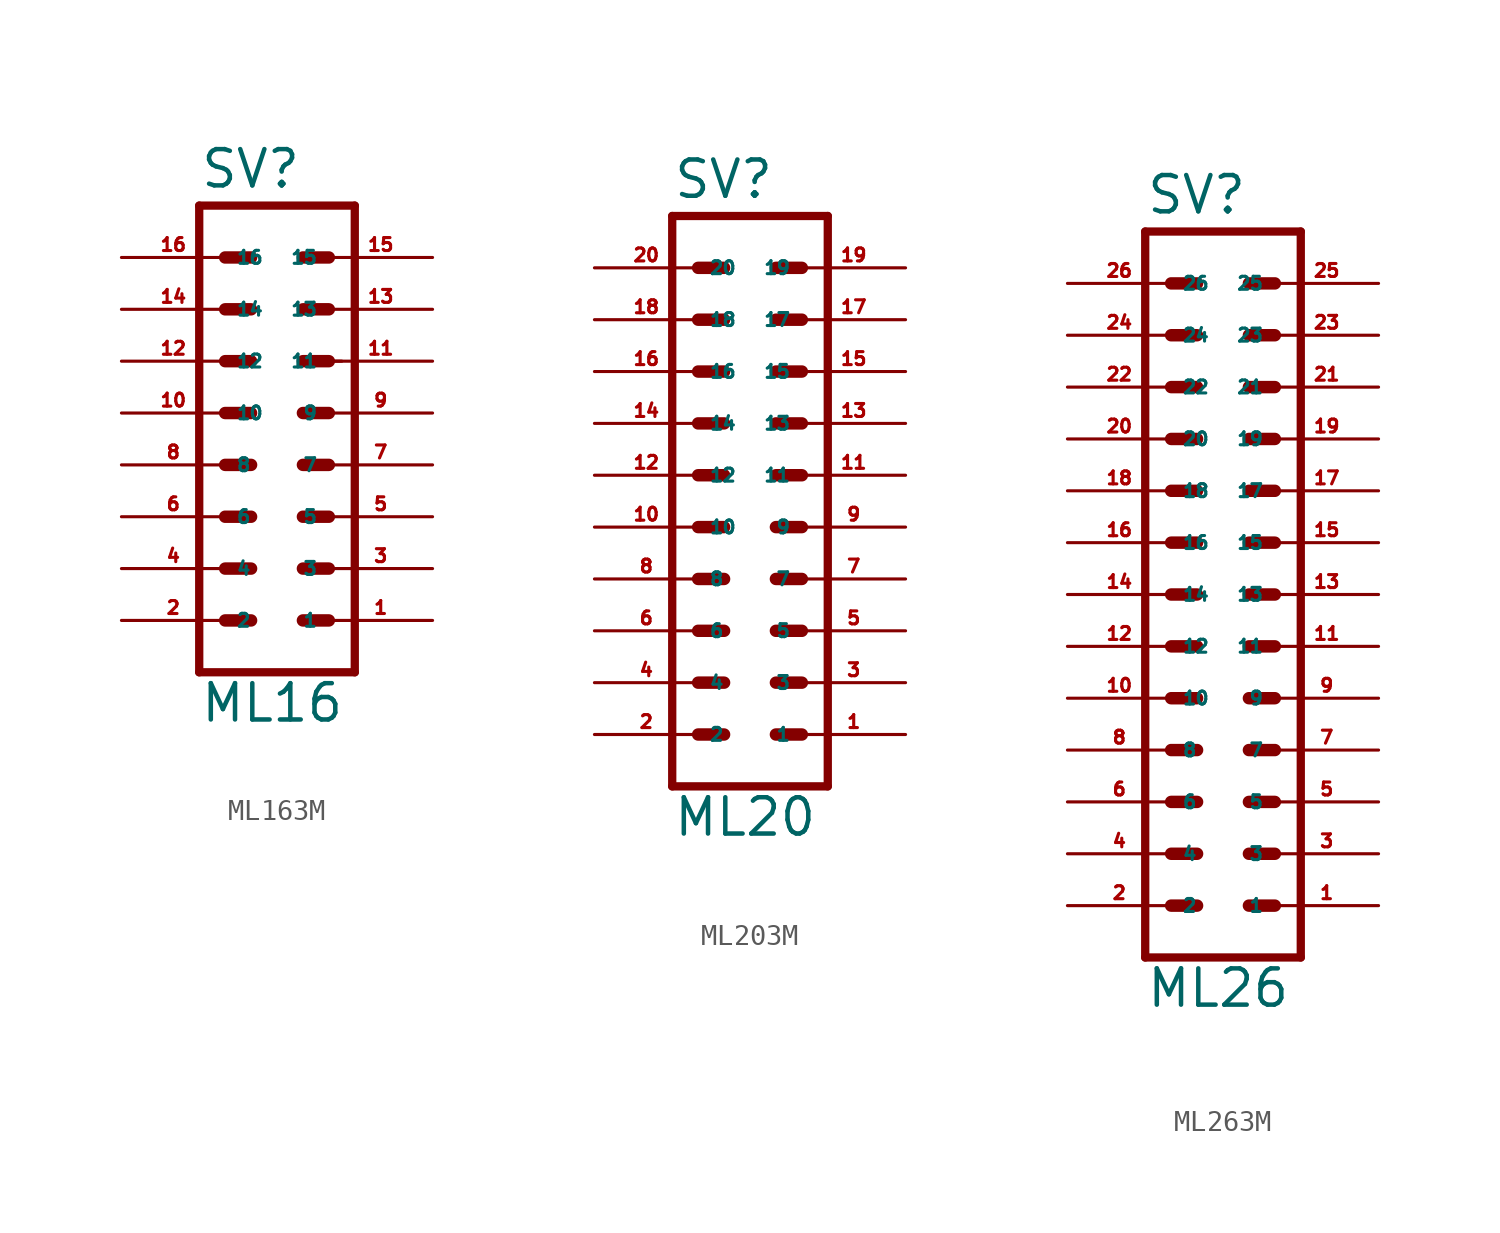
<source format=kicad_sym>
(kicad_symbol_lib
  (version 20220914)
  (generator Eagle2Kicad)
  (symbol "ML163M"
    (property "Reference" "SV"
      (at -3.81 10.922 0)
      (effects (font (size 1.778 1.778) (thickness 0.22)) (justify left bottom)))
    (property "Value" "ML16"
      (at -3.81 -15.24 0)
      (effects (font (size 1.778 1.778) (thickness 0.22)) (justify left bottom)))
    (polyline
      (pts (xy 3.81 -12.7) (xy -3.81 -12.7))
      (stroke (width 0.406) (type default))
      (fill (type none)))
    (polyline
      (pts (xy -3.81 10.16) (xy -3.81 -12.7))
      (stroke (width 0.406) (type default))
      (fill (type none)))
    (polyline
      (pts (xy -3.81 10.16) (xy 3.81 10.16))
      (stroke (width 0.406) (type default))
      (fill (type none)))
    (polyline
      (pts (xy 3.81 -12.7) (xy 3.81 10.16))
      (stroke (width 0.406) (type default))
      (fill (type none)))
    (polyline
      (pts (xy 2.54 2.54) (xy 3.175 2.54))
      (stroke (width 0.152) (type default))
      (fill (type none)))
    (polyline
      (pts (xy 1.27 0) (xy 2.54 0))
      (stroke (width 0.61) (type default))
      (fill (type none)))
    (polyline
      (pts (xy 1.27 -2.54) (xy 2.54 -2.54))
      (stroke (width 0.61) (type default))
      (fill (type none)))
    (polyline
      (pts (xy 1.27 -5.08) (xy 2.54 -5.08))
      (stroke (width 0.61) (type default))
      (fill (type none)))
    (polyline
      (pts (xy 1.27 -7.62) (xy 2.54 -7.62))
      (stroke (width 0.61) (type default))
      (fill (type none)))
    (polyline
      (pts (xy 1.27 -10.16) (xy 2.54 -10.16))
      (stroke (width 0.61) (type default))
      (fill (type none)))
    (polyline
      (pts (xy -2.54 0) (xy -1.27 0))
      (stroke (width 0.61) (type default))
      (fill (type none)))
    (polyline
      (pts (xy -2.54 -2.54) (xy -1.27 -2.54))
      (stroke (width 0.61) (type default))
      (fill (type none)))
    (polyline
      (pts (xy -2.54 -5.08) (xy -1.27 -5.08))
      (stroke (width 0.61) (type default))
      (fill (type none)))
    (polyline
      (pts (xy -2.54 -7.62) (xy -1.27 -7.62))
      (stroke (width 0.61) (type default))
      (fill (type none)))
    (polyline
      (pts (xy -2.54 -10.16) (xy -1.27 -10.16))
      (stroke (width 0.61) (type default))
      (fill (type none)))
    (polyline
      (pts (xy 1.27 2.54) (xy 2.54 2.54))
      (stroke (width 0.61) (type default))
      (fill (type none)))
    (polyline
      (pts (xy 1.27 5.08) (xy 2.54 5.08))
      (stroke (width 0.61) (type default))
      (fill (type none)))
    (polyline
      (pts (xy 1.27 7.62) (xy 2.54 7.62))
      (stroke (width 0.61) (type default))
      (fill (type none)))
    (polyline
      (pts (xy -2.54 2.54) (xy -1.27 2.54))
      (stroke (width 0.61) (type default))
      (fill (type none)))
    (polyline
      (pts (xy -2.54 5.08) (xy -1.27 5.08))
      (stroke (width 0.61) (type default))
      (fill (type none)))
    (polyline
      (pts (xy -2.54 7.62) (xy -1.27 7.62))
      (stroke (width 0.61) (type default))
      (fill (type none)))
    (pin passive line
      (at 7.62 -10.16 180)
      (length 5.08)
      (name "1" (effects (font (size 0.635 0.635) (thickness 0.08)) (justify left bottom)))
      (number "1" (effects (font (size 0.635 0.635) (thickness 0.08)) (justify left bottom))))
    (pin passive line
      (at 7.62 -7.62 180)
      (length 5.08)
      (name "3" (effects (font (size 0.635 0.635) (thickness 0.08)) (justify left bottom)))
      (number "3" (effects (font (size 0.635 0.635) (thickness 0.08)) (justify left bottom))))
    (pin passive line
      (at 7.62 -5.08 180)
      (length 5.08)
      (name "5" (effects (font (size 0.635 0.635) (thickness 0.08)) (justify left bottom)))
      (number "5" (effects (font (size 0.635 0.635) (thickness 0.08)) (justify left bottom))))
    (pin passive line
      (at 7.62 -2.54 180)
      (length 5.08)
      (name "7" (effects (font (size 0.635 0.635) (thickness 0.08)) (justify left bottom)))
      (number "7" (effects (font (size 0.635 0.635) (thickness 0.08)) (justify left bottom))))
    (pin passive line
      (at 7.62 0 180)
      (length 5.08)
      (name "9" (effects (font (size 0.635 0.635) (thickness 0.08)) (justify left bottom)))
      (number "9" (effects (font (size 0.635 0.635) (thickness 0.08)) (justify left bottom))))
    (pin passive line
      (at 7.62 2.54 180)
      (length 5.08)
      (name "11" (effects (font (size 0.635 0.635) (thickness 0.08)) (justify left bottom)))
      (number "11" (effects (font (size 0.635 0.635) (thickness 0.08)) (justify left bottom))))
    (pin passive line
      (at 7.62 5.08 180)
      (length 5.08)
      (name "13" (effects (font (size 0.635 0.635) (thickness 0.08)) (justify left bottom)))
      (number "13" (effects (font (size 0.635 0.635) (thickness 0.08)) (justify left bottom))))
    (pin passive line
      (at 7.62 7.62 180)
      (length 5.08)
      (name "15" (effects (font (size 0.635 0.635) (thickness 0.08)) (justify left bottom)))
      (number "15" (effects (font (size 0.635 0.635) (thickness 0.08)) (justify left bottom))))
    (pin passive line
      (at -7.62 -10.16 0)
      (length 5.08)
      (name "2" (effects (font (size 0.635 0.635) (thickness 0.08)) (justify left bottom)))
      (number "2" (effects (font (size 0.635 0.635) (thickness 0.08)) (justify left bottom))))
    (pin passive line
      (at -7.62 -7.62 0)
      (length 5.08)
      (name "4" (effects (font (size 0.635 0.635) (thickness 0.08)) (justify left bottom)))
      (number "4" (effects (font (size 0.635 0.635) (thickness 0.08)) (justify left bottom))))
    (pin passive line
      (at -7.62 -5.08 0)
      (length 5.08)
      (name "6" (effects (font (size 0.635 0.635) (thickness 0.08)) (justify left bottom)))
      (number "6" (effects (font (size 0.635 0.635) (thickness 0.08)) (justify left bottom))))
    (pin passive line
      (at -7.62 -2.54 0)
      (length 5.08)
      (name "8" (effects (font (size 0.635 0.635) (thickness 0.08)) (justify left bottom)))
      (number "8" (effects (font (size 0.635 0.635) (thickness 0.08)) (justify left bottom))))
    (pin passive line
      (at -7.62 0 0)
      (length 5.08)
      (name "10" (effects (font (size 0.635 0.635) (thickness 0.08)) (justify left bottom)))
      (number "10" (effects (font (size 0.635 0.635) (thickness 0.08)) (justify left bottom))))
    (pin passive line
      (at -7.62 2.54 0)
      (length 5.08)
      (name "12" (effects (font (size 0.635 0.635) (thickness 0.08)) (justify left bottom)))
      (number "12" (effects (font (size 0.635 0.635) (thickness 0.08)) (justify left bottom))))
    (pin passive line
      (at -7.62 5.08 0)
      (length 5.08)
      (name "14" (effects (font (size 0.635 0.635) (thickness 0.08)) (justify left bottom)))
      (number "14" (effects (font (size 0.635 0.635) (thickness 0.08)) (justify left bottom))))
    (pin passive line
      (at -7.62 7.62 0)
      (length 5.08)
      (name "16" (effects (font (size 0.635 0.635) (thickness 0.08)) (justify left bottom)))
      (number "16" (effects (font (size 0.635 0.635) (thickness 0.08)) (justify left bottom)))))
  (symbol "ML203M"
    (property "Reference" "SV"
      (at -3.81 13.462 0)
      (effects (font (size 1.778 1.778) (thickness 0.22)) (justify left bottom)))
    (property "Value" "ML20"
      (at -3.81 -17.78 0)
      (effects (font (size 1.778 1.778) (thickness 0.22)) (justify left bottom)))
    (polyline
      (pts (xy 3.81 -15.24) (xy -3.81 -15.24))
      (stroke (width 0.406) (type default))
      (fill (type none)))
    (polyline
      (pts (xy -3.81 12.7) (xy -3.81 -15.24))
      (stroke (width 0.406) (type default))
      (fill (type none)))
    (polyline
      (pts (xy -3.81 12.7) (xy 3.81 12.7))
      (stroke (width 0.406) (type default))
      (fill (type none)))
    (polyline
      (pts (xy 3.81 -15.24) (xy 3.81 12.7))
      (stroke (width 0.406) (type default))
      (fill (type none)))
    (polyline
      (pts (xy 1.27 -2.54) (xy 2.54 -2.54))
      (stroke (width 0.61) (type default))
      (fill (type none)))
    (polyline
      (pts (xy 1.27 -5.08) (xy 2.54 -5.08))
      (stroke (width 0.61) (type default))
      (fill (type none)))
    (polyline
      (pts (xy 1.27 -7.62) (xy 2.54 -7.62))
      (stroke (width 0.61) (type default))
      (fill (type none)))
    (polyline
      (pts (xy 1.27 -10.16) (xy 2.54 -10.16))
      (stroke (width 0.61) (type default))
      (fill (type none)))
    (polyline
      (pts (xy 1.27 -12.7) (xy 2.54 -12.7))
      (stroke (width 0.61) (type default))
      (fill (type none)))
    (polyline
      (pts (xy -2.54 -2.54) (xy -1.27 -2.54))
      (stroke (width 0.61) (type default))
      (fill (type none)))
    (polyline
      (pts (xy -2.54 -5.08) (xy -1.27 -5.08))
      (stroke (width 0.61) (type default))
      (fill (type none)))
    (polyline
      (pts (xy -2.54 -7.62) (xy -1.27 -7.62))
      (stroke (width 0.61) (type default))
      (fill (type none)))
    (polyline
      (pts (xy -2.54 -10.16) (xy -1.27 -10.16))
      (stroke (width 0.61) (type default))
      (fill (type none)))
    (polyline
      (pts (xy -2.54 -12.7) (xy -1.27 -12.7))
      (stroke (width 0.61) (type default))
      (fill (type none)))
    (polyline
      (pts (xy 1.27 0) (xy 2.54 0))
      (stroke (width 0.61) (type default))
      (fill (type none)))
    (polyline
      (pts (xy 1.27 2.54) (xy 2.54 2.54))
      (stroke (width 0.61) (type default))
      (fill (type none)))
    (polyline
      (pts (xy 1.27 5.08) (xy 2.54 5.08))
      (stroke (width 0.61) (type default))
      (fill (type none)))
    (polyline
      (pts (xy 1.27 7.62) (xy 2.54 7.62))
      (stroke (width 0.61) (type default))
      (fill (type none)))
    (polyline
      (pts (xy 1.27 10.16) (xy 2.54 10.16))
      (stroke (width 0.61) (type default))
      (fill (type none)))
    (polyline
      (pts (xy -2.54 0) (xy -1.27 0))
      (stroke (width 0.61) (type default))
      (fill (type none)))
    (polyline
      (pts (xy -2.54 2.54) (xy -1.27 2.54))
      (stroke (width 0.61) (type default))
      (fill (type none)))
    (polyline
      (pts (xy -2.54 5.08) (xy -1.27 5.08))
      (stroke (width 0.61) (type default))
      (fill (type none)))
    (polyline
      (pts (xy -2.54 7.62) (xy -1.27 7.62))
      (stroke (width 0.61) (type default))
      (fill (type none)))
    (polyline
      (pts (xy -2.54 10.16) (xy -1.27 10.16))
      (stroke (width 0.61) (type default))
      (fill (type none)))
    (pin passive line
      (at 7.62 -12.7 180)
      (length 5.08)
      (name "1" (effects (font (size 0.635 0.635) (thickness 0.08)) (justify left bottom)))
      (number "1" (effects (font (size 0.635 0.635) (thickness 0.08)) (justify left bottom))))
    (pin passive line
      (at 7.62 -10.16 180)
      (length 5.08)
      (name "3" (effects (font (size 0.635 0.635) (thickness 0.08)) (justify left bottom)))
      (number "3" (effects (font (size 0.635 0.635) (thickness 0.08)) (justify left bottom))))
    (pin passive line
      (at 7.62 -7.62 180)
      (length 5.08)
      (name "5" (effects (font (size 0.635 0.635) (thickness 0.08)) (justify left bottom)))
      (number "5" (effects (font (size 0.635 0.635) (thickness 0.08)) (justify left bottom))))
    (pin passive line
      (at 7.62 -5.08 180)
      (length 5.08)
      (name "7" (effects (font (size 0.635 0.635) (thickness 0.08)) (justify left bottom)))
      (number "7" (effects (font (size 0.635 0.635) (thickness 0.08)) (justify left bottom))))
    (pin passive line
      (at 7.62 -2.54 180)
      (length 5.08)
      (name "9" (effects (font (size 0.635 0.635) (thickness 0.08)) (justify left bottom)))
      (number "9" (effects (font (size 0.635 0.635) (thickness 0.08)) (justify left bottom))))
    (pin passive line
      (at 7.62 0 180)
      (length 5.08)
      (name "11" (effects (font (size 0.635 0.635) (thickness 0.08)) (justify left bottom)))
      (number "11" (effects (font (size 0.635 0.635) (thickness 0.08)) (justify left bottom))))
    (pin passive line
      (at 7.62 2.54 180)
      (length 5.08)
      (name "13" (effects (font (size 0.635 0.635) (thickness 0.08)) (justify left bottom)))
      (number "13" (effects (font (size 0.635 0.635) (thickness 0.08)) (justify left bottom))))
    (pin passive line
      (at 7.62 5.08 180)
      (length 5.08)
      (name "15" (effects (font (size 0.635 0.635) (thickness 0.08)) (justify left bottom)))
      (number "15" (effects (font (size 0.635 0.635) (thickness 0.08)) (justify left bottom))))
    (pin passive line
      (at 7.62 7.62 180)
      (length 5.08)
      (name "17" (effects (font (size 0.635 0.635) (thickness 0.08)) (justify left bottom)))
      (number "17" (effects (font (size 0.635 0.635) (thickness 0.08)) (justify left bottom))))
    (pin passive line
      (at 7.62 10.16 180)
      (length 5.08)
      (name "19" (effects (font (size 0.635 0.635) (thickness 0.08)) (justify left bottom)))
      (number "19" (effects (font (size 0.635 0.635) (thickness 0.08)) (justify left bottom))))
    (pin passive line
      (at -7.62 -12.7 0)
      (length 5.08)
      (name "2" (effects (font (size 0.635 0.635) (thickness 0.08)) (justify left bottom)))
      (number "2" (effects (font (size 0.635 0.635) (thickness 0.08)) (justify left bottom))))
    (pin passive line
      (at -7.62 -10.16 0)
      (length 5.08)
      (name "4" (effects (font (size 0.635 0.635) (thickness 0.08)) (justify left bottom)))
      (number "4" (effects (font (size 0.635 0.635) (thickness 0.08)) (justify left bottom))))
    (pin passive line
      (at -7.62 -7.62 0)
      (length 5.08)
      (name "6" (effects (font (size 0.635 0.635) (thickness 0.08)) (justify left bottom)))
      (number "6" (effects (font (size 0.635 0.635) (thickness 0.08)) (justify left bottom))))
    (pin passive line
      (at -7.62 -5.08 0)
      (length 5.08)
      (name "8" (effects (font (size 0.635 0.635) (thickness 0.08)) (justify left bottom)))
      (number "8" (effects (font (size 0.635 0.635) (thickness 0.08)) (justify left bottom))))
    (pin passive line
      (at -7.62 -2.54 0)
      (length 5.08)
      (name "10" (effects (font (size 0.635 0.635) (thickness 0.08)) (justify left bottom)))
      (number "10" (effects (font (size 0.635 0.635) (thickness 0.08)) (justify left bottom))))
    (pin passive line
      (at -7.62 0 0)
      (length 5.08)
      (name "12" (effects (font (size 0.635 0.635) (thickness 0.08)) (justify left bottom)))
      (number "12" (effects (font (size 0.635 0.635) (thickness 0.08)) (justify left bottom))))
    (pin passive line
      (at -7.62 2.54 0)
      (length 5.08)
      (name "14" (effects (font (size 0.635 0.635) (thickness 0.08)) (justify left bottom)))
      (number "14" (effects (font (size 0.635 0.635) (thickness 0.08)) (justify left bottom))))
    (pin passive line
      (at -7.62 5.08 0)
      (length 5.08)
      (name "16" (effects (font (size 0.635 0.635) (thickness 0.08)) (justify left bottom)))
      (number "16" (effects (font (size 0.635 0.635) (thickness 0.08)) (justify left bottom))))
    (pin passive line
      (at -7.62 7.62 0)
      (length 5.08)
      (name "18" (effects (font (size 0.635 0.635) (thickness 0.08)) (justify left bottom)))
      (number "18" (effects (font (size 0.635 0.635) (thickness 0.08)) (justify left bottom))))
    (pin passive line
      (at -7.62 10.16 0)
      (length 5.08)
      (name "20" (effects (font (size 0.635 0.635) (thickness 0.08)) (justify left bottom)))
      (number "20" (effects (font (size 0.635 0.635) (thickness 0.08)) (justify left bottom)))))
  (symbol "ML263M"
    (property "Reference" "SV"
      (at -3.81 18.542 0)
      (effects (font (size 1.778 1.778) (thickness 0.22)) (justify left bottom)))
    (property "Value" "ML26"
      (at -3.81 -20.32 0)
      (effects (font (size 1.778 1.778) (thickness 0.22)) (justify left bottom)))
    (polyline
      (pts (xy 3.81 -17.78) (xy -3.81 -17.78))
      (stroke (width 0.406) (type default))
      (fill (type none)))
    (polyline
      (pts (xy -3.81 17.78) (xy -3.81 -17.78))
      (stroke (width 0.406) (type default))
      (fill (type none)))
    (polyline
      (pts (xy -3.81 17.78) (xy 3.81 17.78))
      (stroke (width 0.406) (type default))
      (fill (type none)))
    (polyline
      (pts (xy 3.81 -17.78) (xy 3.81 17.78))
      (stroke (width 0.406) (type default))
      (fill (type none)))
    (polyline
      (pts (xy 1.27 -5.08) (xy 2.54 -5.08))
      (stroke (width 0.61) (type default))
      (fill (type none)))
    (polyline
      (pts (xy 1.27 -7.62) (xy 2.54 -7.62))
      (stroke (width 0.61) (type default))
      (fill (type none)))
    (polyline
      (pts (xy 1.27 -10.16) (xy 2.54 -10.16))
      (stroke (width 0.61) (type default))
      (fill (type none)))
    (polyline
      (pts (xy 1.27 -12.7) (xy 2.54 -12.7))
      (stroke (width 0.61) (type default))
      (fill (type none)))
    (polyline
      (pts (xy 1.27 -15.24) (xy 2.54 -15.24))
      (stroke (width 0.61) (type default))
      (fill (type none)))
    (polyline
      (pts (xy -2.54 -5.08) (xy -1.27 -5.08))
      (stroke (width 0.61) (type default))
      (fill (type none)))
    (polyline
      (pts (xy -2.54 -7.62) (xy -1.27 -7.62))
      (stroke (width 0.61) (type default))
      (fill (type none)))
    (polyline
      (pts (xy -2.54 -10.16) (xy -1.27 -10.16))
      (stroke (width 0.61) (type default))
      (fill (type none)))
    (polyline
      (pts (xy -2.54 -12.7) (xy -1.27 -12.7))
      (stroke (width 0.61) (type default))
      (fill (type none)))
    (polyline
      (pts (xy -2.54 -15.24) (xy -1.27 -15.24))
      (stroke (width 0.61) (type default))
      (fill (type none)))
    (polyline
      (pts (xy 1.27 -2.54) (xy 2.54 -2.54))
      (stroke (width 0.61) (type default))
      (fill (type none)))
    (polyline
      (pts (xy 1.27 0) (xy 2.54 0))
      (stroke (width 0.61) (type default))
      (fill (type none)))
    (polyline
      (pts (xy 1.27 2.54) (xy 2.54 2.54))
      (stroke (width 0.61) (type default))
      (fill (type none)))
    (polyline
      (pts (xy 1.27 5.08) (xy 2.54 5.08))
      (stroke (width 0.61) (type default))
      (fill (type none)))
    (polyline
      (pts (xy 1.27 7.62) (xy 2.54 7.62))
      (stroke (width 0.61) (type default))
      (fill (type none)))
    (polyline
      (pts (xy -2.54 -2.54) (xy -1.27 -2.54))
      (stroke (width 0.61) (type default))
      (fill (type none)))
    (polyline
      (pts (xy -2.54 0) (xy -1.27 0))
      (stroke (width 0.61) (type default))
      (fill (type none)))
    (polyline
      (pts (xy -2.54 2.54) (xy -1.27 2.54))
      (stroke (width 0.61) (type default))
      (fill (type none)))
    (polyline
      (pts (xy -2.54 5.08) (xy -1.27 5.08))
      (stroke (width 0.61) (type default))
      (fill (type none)))
    (polyline
      (pts (xy -2.54 7.62) (xy -1.27 7.62))
      (stroke (width 0.61) (type default))
      (fill (type none)))
    (polyline
      (pts (xy 1.27 10.16) (xy 2.54 10.16))
      (stroke (width 0.61) (type default))
      (fill (type none)))
    (polyline
      (pts (xy 1.27 12.7) (xy 2.54 12.7))
      (stroke (width 0.61) (type default))
      (fill (type none)))
    (polyline
      (pts (xy 1.27 15.24) (xy 2.54 15.24))
      (stroke (width 0.61) (type default))
      (fill (type none)))
    (polyline
      (pts (xy -2.54 10.16) (xy -1.27 10.16))
      (stroke (width 0.61) (type default))
      (fill (type none)))
    (polyline
      (pts (xy -2.54 12.7) (xy -1.27 12.7))
      (stroke (width 0.61) (type default))
      (fill (type none)))
    (polyline
      (pts (xy -2.54 15.24) (xy -1.27 15.24))
      (stroke (width 0.61) (type default))
      (fill (type none)))
    (pin passive line
      (at 7.62 -15.24 180)
      (length 5.08)
      (name "1" (effects (font (size 0.635 0.635) (thickness 0.08)) (justify left bottom)))
      (number "1" (effects (font (size 0.635 0.635) (thickness 0.08)) (justify left bottom))))
    (pin passive line
      (at 7.62 -12.7 180)
      (length 5.08)
      (name "3" (effects (font (size 0.635 0.635) (thickness 0.08)) (justify left bottom)))
      (number "3" (effects (font (size 0.635 0.635) (thickness 0.08)) (justify left bottom))))
    (pin passive line
      (at 7.62 -10.16 180)
      (length 5.08)
      (name "5" (effects (font (size 0.635 0.635) (thickness 0.08)) (justify left bottom)))
      (number "5" (effects (font (size 0.635 0.635) (thickness 0.08)) (justify left bottom))))
    (pin passive line
      (at 7.62 -7.62 180)
      (length 5.08)
      (name "7" (effects (font (size 0.635 0.635) (thickness 0.08)) (justify left bottom)))
      (number "7" (effects (font (size 0.635 0.635) (thickness 0.08)) (justify left bottom))))
    (pin passive line
      (at 7.62 -5.08 180)
      (length 5.08)
      (name "9" (effects (font (size 0.635 0.635) (thickness 0.08)) (justify left bottom)))
      (number "9" (effects (font (size 0.635 0.635) (thickness 0.08)) (justify left bottom))))
    (pin passive line
      (at 7.62 -2.54 180)
      (length 5.08)
      (name "11" (effects (font (size 0.635 0.635) (thickness 0.08)) (justify left bottom)))
      (number "11" (effects (font (size 0.635 0.635) (thickness 0.08)) (justify left bottom))))
    (pin passive line
      (at 7.62 0 180)
      (length 5.08)
      (name "13" (effects (font (size 0.635 0.635) (thickness 0.08)) (justify left bottom)))
      (number "13" (effects (font (size 0.635 0.635) (thickness 0.08)) (justify left bottom))))
    (pin passive line
      (at 7.62 2.54 180)
      (length 5.08)
      (name "15" (effects (font (size 0.635 0.635) (thickness 0.08)) (justify left bottom)))
      (number "15" (effects (font (size 0.635 0.635) (thickness 0.08)) (justify left bottom))))
    (pin passive line
      (at 7.62 5.08 180)
      (length 5.08)
      (name "17" (effects (font (size 0.635 0.635) (thickness 0.08)) (justify left bottom)))
      (number "17" (effects (font (size 0.635 0.635) (thickness 0.08)) (justify left bottom))))
    (pin passive line
      (at 7.62 7.62 180)
      (length 5.08)
      (name "19" (effects (font (size 0.635 0.635) (thickness 0.08)) (justify left bottom)))
      (number "19" (effects (font (size 0.635 0.635) (thickness 0.08)) (justify left bottom))))
    (pin passive line
      (at 7.62 10.16 180)
      (length 5.08)
      (name "21" (effects (font (size 0.635 0.635) (thickness 0.08)) (justify left bottom)))
      (number "21" (effects (font (size 0.635 0.635) (thickness 0.08)) (justify left bottom))))
    (pin passive line
      (at 7.62 12.7 180)
      (length 5.08)
      (name "23" (effects (font (size 0.635 0.635) (thickness 0.08)) (justify left bottom)))
      (number "23" (effects (font (size 0.635 0.635) (thickness 0.08)) (justify left bottom))))
    (pin passive line
      (at 7.62 15.24 180)
      (length 5.08)
      (name "25" (effects (font (size 0.635 0.635) (thickness 0.08)) (justify left bottom)))
      (number "25" (effects (font (size 0.635 0.635) (thickness 0.08)) (justify left bottom))))
    (pin passive line
      (at -7.62 -15.24 0)
      (length 5.08)
      (name "2" (effects (font (size 0.635 0.635) (thickness 0.08)) (justify left bottom)))
      (number "2" (effects (font (size 0.635 0.635) (thickness 0.08)) (justify left bottom))))
    (pin passive line
      (at -7.62 -12.7 0)
      (length 5.08)
      (name "4" (effects (font (size 0.635 0.635) (thickness 0.08)) (justify left bottom)))
      (number "4" (effects (font (size 0.635 0.635) (thickness 0.08)) (justify left bottom))))
    (pin passive line
      (at -7.62 -10.16 0)
      (length 5.08)
      (name "6" (effects (font (size 0.635 0.635) (thickness 0.08)) (justify left bottom)))
      (number "6" (effects (font (size 0.635 0.635) (thickness 0.08)) (justify left bottom))))
    (pin passive line
      (at -7.62 -7.62 0)
      (length 5.08)
      (name "8" (effects (font (size 0.635 0.635) (thickness 0.08)) (justify left bottom)))
      (number "8" (effects (font (size 0.635 0.635) (thickness 0.08)) (justify left bottom))))
    (pin passive line
      (at -7.62 -5.08 0)
      (length 5.08)
      (name "10" (effects (font (size 0.635 0.635) (thickness 0.08)) (justify left bottom)))
      (number "10" (effects (font (size 0.635 0.635) (thickness 0.08)) (justify left bottom))))
    (pin passive line
      (at -7.62 -2.54 0)
      (length 5.08)
      (name "12" (effects (font (size 0.635 0.635) (thickness 0.08)) (justify left bottom)))
      (number "12" (effects (font (size 0.635 0.635) (thickness 0.08)) (justify left bottom))))
    (pin passive line
      (at -7.62 0 0)
      (length 5.08)
      (name "14" (effects (font (size 0.635 0.635) (thickness 0.08)) (justify left bottom)))
      (number "14" (effects (font (size 0.635 0.635) (thickness 0.08)) (justify left bottom))))
    (pin passive line
      (at -7.62 2.54 0)
      (length 5.08)
      (name "16" (effects (font (size 0.635 0.635) (thickness 0.08)) (justify left bottom)))
      (number "16" (effects (font (size 0.635 0.635) (thickness 0.08)) (justify left bottom))))
    (pin passive line
      (at -7.62 5.08 0)
      (length 5.08)
      (name "18" (effects (font (size 0.635 0.635) (thickness 0.08)) (justify left bottom)))
      (number "18" (effects (font (size 0.635 0.635) (thickness 0.08)) (justify left bottom))))
    (pin passive line
      (at -7.62 7.62 0)
      (length 5.08)
      (name "20" (effects (font (size 0.635 0.635) (thickness 0.08)) (justify left bottom)))
      (number "20" (effects (font (size 0.635 0.635) (thickness 0.08)) (justify left bottom))))
    (pin passive line
      (at -7.62 10.16 0)
      (length 5.08)
      (name "22" (effects (font (size 0.635 0.635) (thickness 0.08)) (justify left bottom)))
      (number "22" (effects (font (size 0.635 0.635) (thickness 0.08)) (justify left bottom))))
    (pin passive line
      (at -7.62 12.7 0)
      (length 5.08)
      (name "24" (effects (font (size 0.635 0.635) (thickness 0.08)) (justify left bottom)))
      (number "24" (effects (font (size 0.635 0.635) (thickness 0.08)) (justify left bottom))))
    (pin passive line
      (at -7.62 15.24 0)
      (length 5.08)
      (name "26" (effects (font (size 0.635 0.635) (thickness 0.08)) (justify left bottom)))
      (number "26" (effects (font (size 0.635 0.635) (thickness 0.08)) (justify left bottom))))))
</source>
